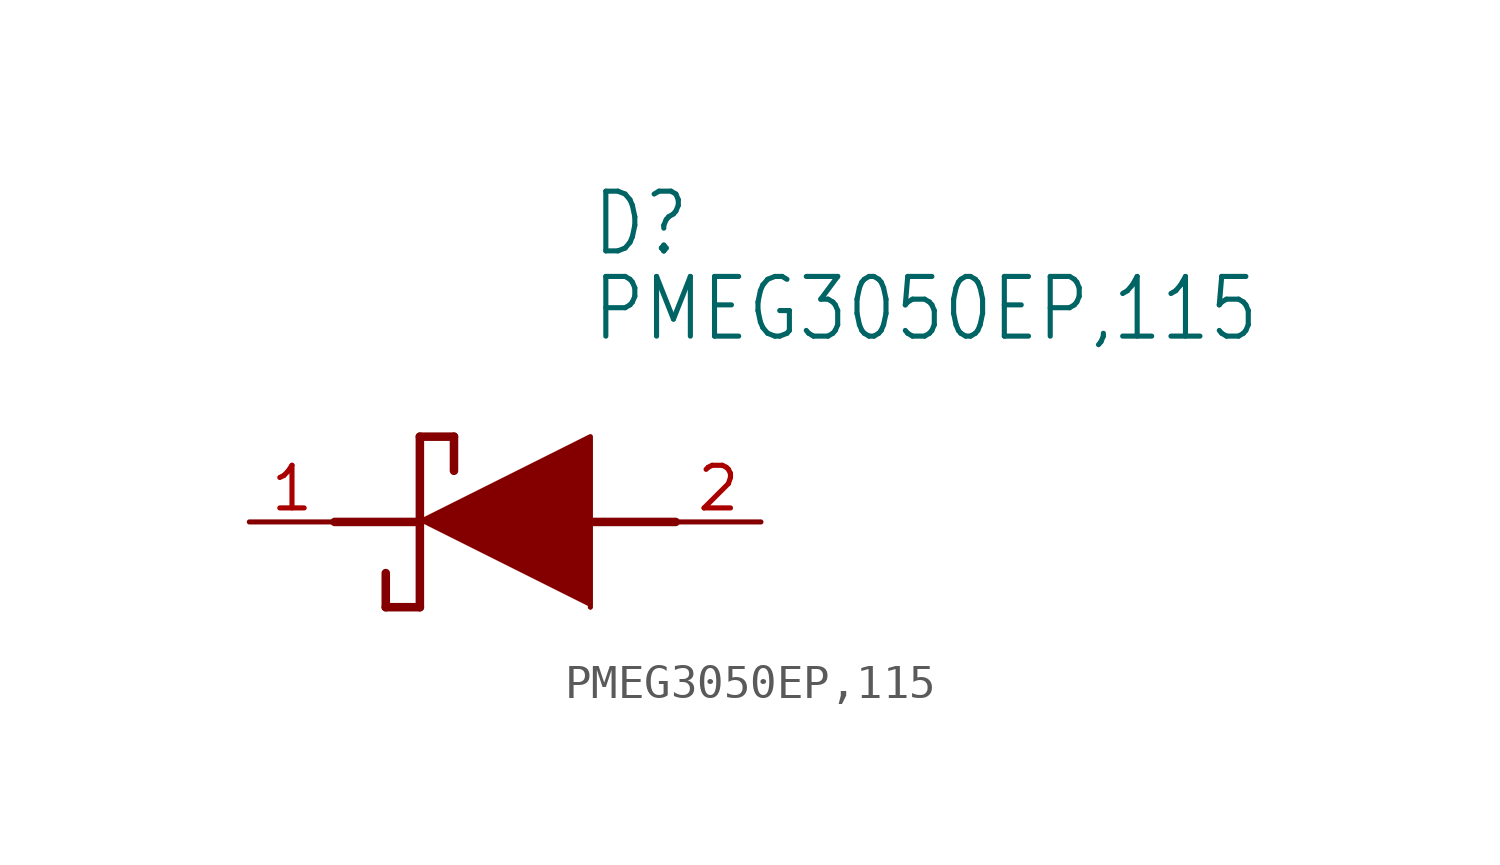
<source format=kicad_sym>
(kicad_symbol_lib
  (version 20211014)
  (generator kicad_symbol_editor)
  (symbol "PMEG3050EP,115"
    (property "Reference" "D"
      (at 12.7 8.89 0)
      (effects (font (size 1.778 1.511)) (justify left)))
    (property "Value" "PMEG3050EP,115"
      (at 12.7 6.35 0)
      (effects (font (size 1.778 1.511)) (justify left)))
    (property "ki_locked" ""
      (at 0 0 0)
      (effects (font (size 1.27 1.27))))
    (symbol "PMEG3050EP,115_1_0"
      (polyline (pts (xy 5.08 0) (xy 7.62 0)) (stroke (width 0.254) (type default) (color 0 0 0 0)) (fill (type none)))
      (polyline (pts (xy 6.604 -1.524) (xy 6.604 -2.54)) (stroke (width 0.254) (type default) (color 0 0 0 0)) (fill (type none)))
      (polyline (pts (xy 7.62 -2.54) (xy 6.604 -2.54)) (stroke (width 0.254) (type default) (color 0 0 0 0)) (fill (type none)))
      (polyline (pts (xy 7.62 2.54) (xy 7.62 -2.54)) (stroke (width 0.254) (type default) (color 0 0 0 0)) (fill (type none)))
      (polyline (pts (xy 7.62 2.54) (xy 8.636 2.54)) (stroke (width 0.254) (type default) (color 0 0 0 0)) (fill (type none)))
      (polyline (pts (xy 8.636 1.524) (xy 8.636 2.54)) (stroke (width 0.254) (type default) (color 0 0 0 0)) (fill (type none)))
      (polyline (pts (xy 12.7 0) (xy 15.24 0)) (stroke (width 0.254) (type default) (color 0 0 0 0)) (fill (type none)))
      (polyline (pts (xy 7.62 0) (xy 12.7 2.54) (xy 12.7 -2.54)) (stroke (width 0) (type default) (color 0 0 0 0)) (fill (type outline)))
      (pin bidirectional line (at 2.54 0 0) (length 2.54) (name "K" (effects (font (size 0 0)))) (number "1" (effects (font (size 1.27 1.27)))))
      (pin bidirectional line (at 17.78 0 180) (length 2.54) (name "A" (effects (font (size 0 0)))) (number "2" (effects (font (size 1.27 1.27))))))))
</source>
